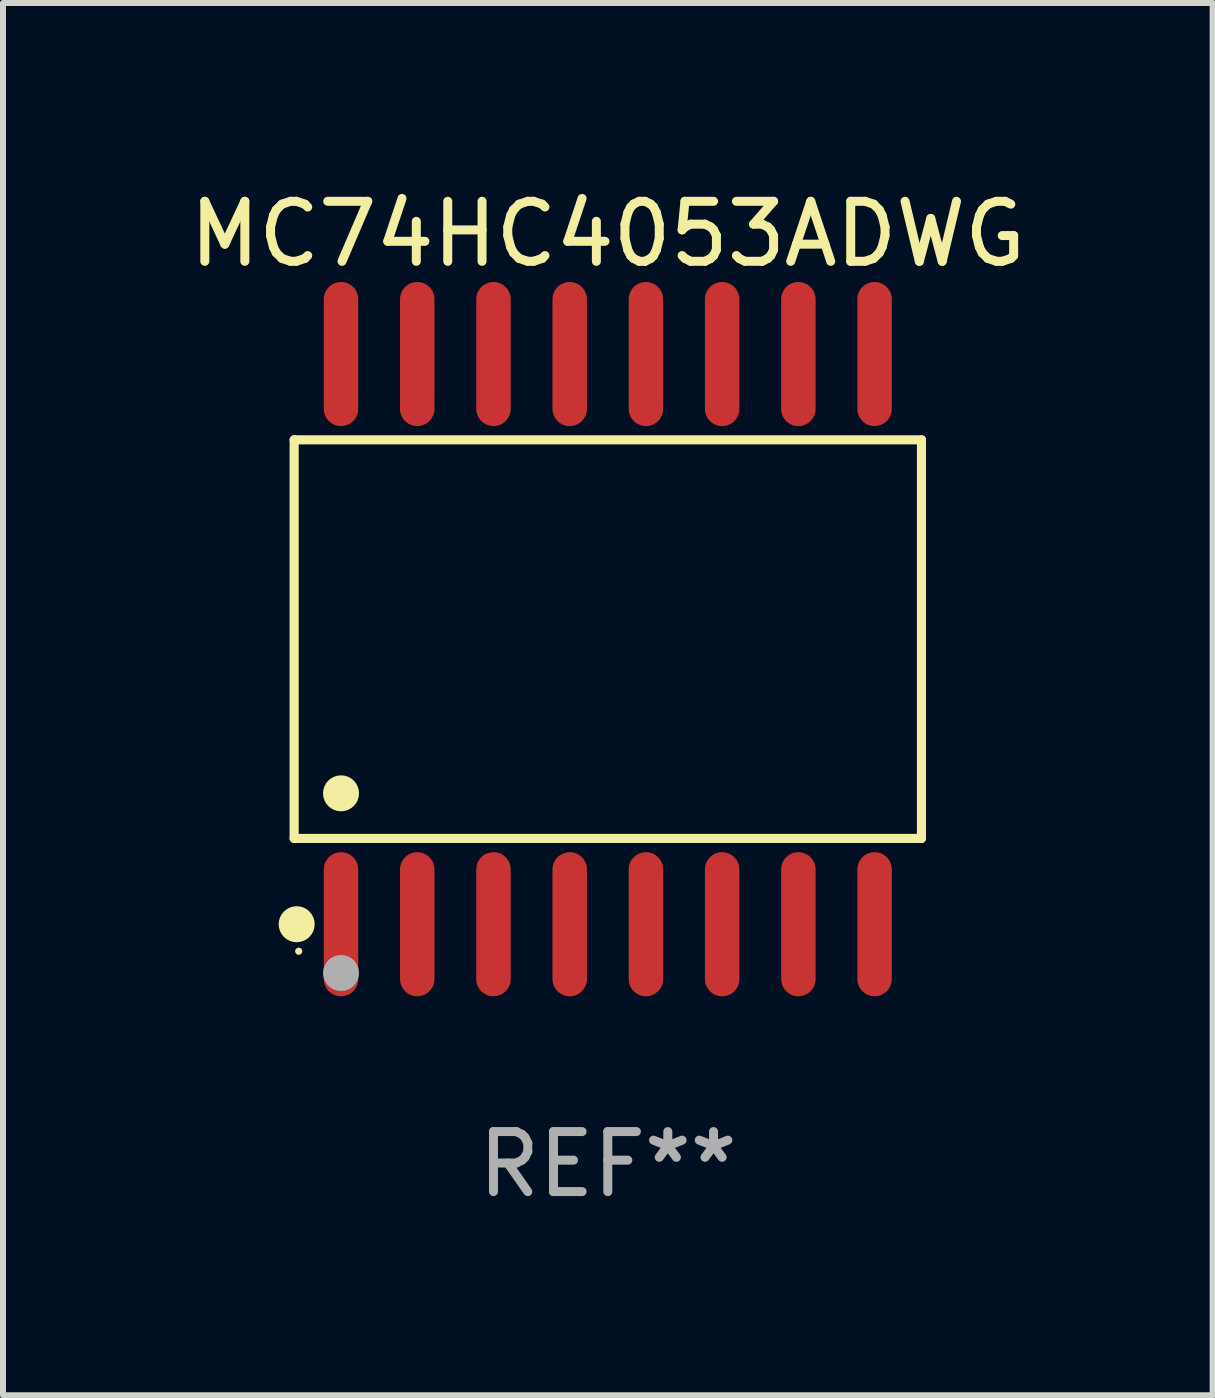
<source format=kicad_pcb>
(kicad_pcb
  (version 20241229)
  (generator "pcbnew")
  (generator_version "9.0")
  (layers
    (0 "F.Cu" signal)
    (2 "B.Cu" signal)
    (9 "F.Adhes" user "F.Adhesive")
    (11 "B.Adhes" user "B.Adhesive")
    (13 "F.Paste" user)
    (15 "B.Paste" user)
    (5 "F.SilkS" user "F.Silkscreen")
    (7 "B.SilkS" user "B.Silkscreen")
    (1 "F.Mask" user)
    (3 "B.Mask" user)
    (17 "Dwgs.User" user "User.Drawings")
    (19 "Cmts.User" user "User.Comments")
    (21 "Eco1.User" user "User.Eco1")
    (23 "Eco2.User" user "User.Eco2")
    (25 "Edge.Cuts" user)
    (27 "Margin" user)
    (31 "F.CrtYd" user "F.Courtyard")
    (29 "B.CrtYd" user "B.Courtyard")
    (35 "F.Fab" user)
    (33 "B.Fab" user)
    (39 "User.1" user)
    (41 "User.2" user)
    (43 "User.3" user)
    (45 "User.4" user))
  (footprint "MC74HC4053ADWG"
    (layer "F.Cu")
    (at 7.077 7.599)
    (property "Reference" "MC74HC4053ADWG" (at 0 -6.75 0) (layer "F.SilkS") (effects (font (size 1 1) (thickness 0.15))))
    (attr through_hole)
    (fp_line (start -5.226 -3.321) (end 5.226 -3.321) (stroke (width 0.152) (type solid)) (layer "F.SilkS"))
    (fp_line (start -5.226 3.321) (end -5.226 -3.321) (stroke (width 0.152) (type solid)) (layer "F.SilkS"))
    (fp_line (start 5.226 -3.321) (end 5.226 3.321) (stroke (width 0.152) (type solid)) (layer "F.SilkS"))
    (fp_line (start 5.226 3.321) (end -5.226 3.321) (stroke (width 0.152) (type solid)) (layer "F.SilkS"))
    (fp_circle (center -5.184 4.75) (end -5.034 4.75) (stroke (width 0.3) (type solid)) (fill no) (layer "F.SilkS"))
    (fp_circle (center -5.15 5.2) (end -5.12 5.2) (stroke (width 0.06) (type solid)) (fill no) (layer "F.SilkS"))
    (fp_circle (center -4.445 2.569) (end -4.295 2.569) (stroke (width 0.3) (type solid)) (fill no) (layer "F.SilkS"))
    (fp_circle (center -4.445 5.563) (end -4.295 5.563) (stroke (width 0.3) (type solid)) (fill no) (layer "F.Fab"))
    (fp_text user "REF**" (at 0 8.75 0) (layer "F.Fab") (effects (font (size 1 1) (thickness 0.15))))
    (pad "1" smd oval (at -4.445 4.75) (size 0.574 2.401) (layers "F.Cu" "F.Mask" "F.Paste"))
    (pad "2" smd oval (at -3.175 4.75) (size 0.574 2.401) (layers "F.Cu" "F.Mask" "F.Paste"))
    (pad "3" smd oval (at -1.905 4.75) (size 0.574 2.401) (layers "F.Cu" "F.Mask" "F.Paste"))
    (pad "4" smd oval (at -0.635 4.75) (size 0.574 2.401) (layers "F.Cu" "F.Mask" "F.Paste"))
    (pad "5" smd oval (at 0.635 4.75) (size 0.574 2.401) (layers "F.Cu" "F.Mask" "F.Paste"))
    (pad "6" smd oval (at 1.905 4.75) (size 0.574 2.401) (layers "F.Cu" "F.Mask" "F.Paste"))
    (pad "7" smd oval (at 3.175 4.75) (size 0.574 2.401) (layers "F.Cu" "F.Mask" "F.Paste"))
    (pad "8" smd oval (at 4.445 4.75) (size 0.574 2.401) (layers "F.Cu" "F.Mask" "F.Paste"))
    (pad "9" smd oval (at 4.445 -4.75) (size 0.574 2.401) (layers "F.Cu" "F.Mask" "F.Paste"))
    (pad "10" smd oval (at 3.175 -4.75) (size 0.574 2.401) (layers "F.Cu" "F.Mask" "F.Paste"))
    (pad "11" smd oval (at 1.905 -4.75) (size 0.574 2.401) (layers "F.Cu" "F.Mask" "F.Paste"))
    (pad "12" smd oval (at 0.635 -4.75) (size 0.574 2.401) (layers "F.Cu" "F.Mask" "F.Paste"))
    (pad "13" smd oval (at -0.635 -4.75) (size 0.574 2.401) (layers "F.Cu" "F.Mask" "F.Paste"))
    (pad "14" smd oval (at -1.905 -4.75) (size 0.574 2.401) (layers "F.Cu" "F.Mask" "F.Paste"))
    (pad "15" smd oval (at -3.175 -4.75) (size 0.574 2.401) (layers "F.Cu" "F.Mask" "F.Paste"))
    (pad "16" smd oval (at -4.445 -4.75) (size 0.574 2.401) (layers "F.Cu" "F.Mask" "F.Paste")))
  (gr_rect
    (start -3 -3)
    (end 17.155 20.197)
    (stroke (width 0.1) (type default))
    (fill no)
    (layer "Edge.Cuts")))
</source>
